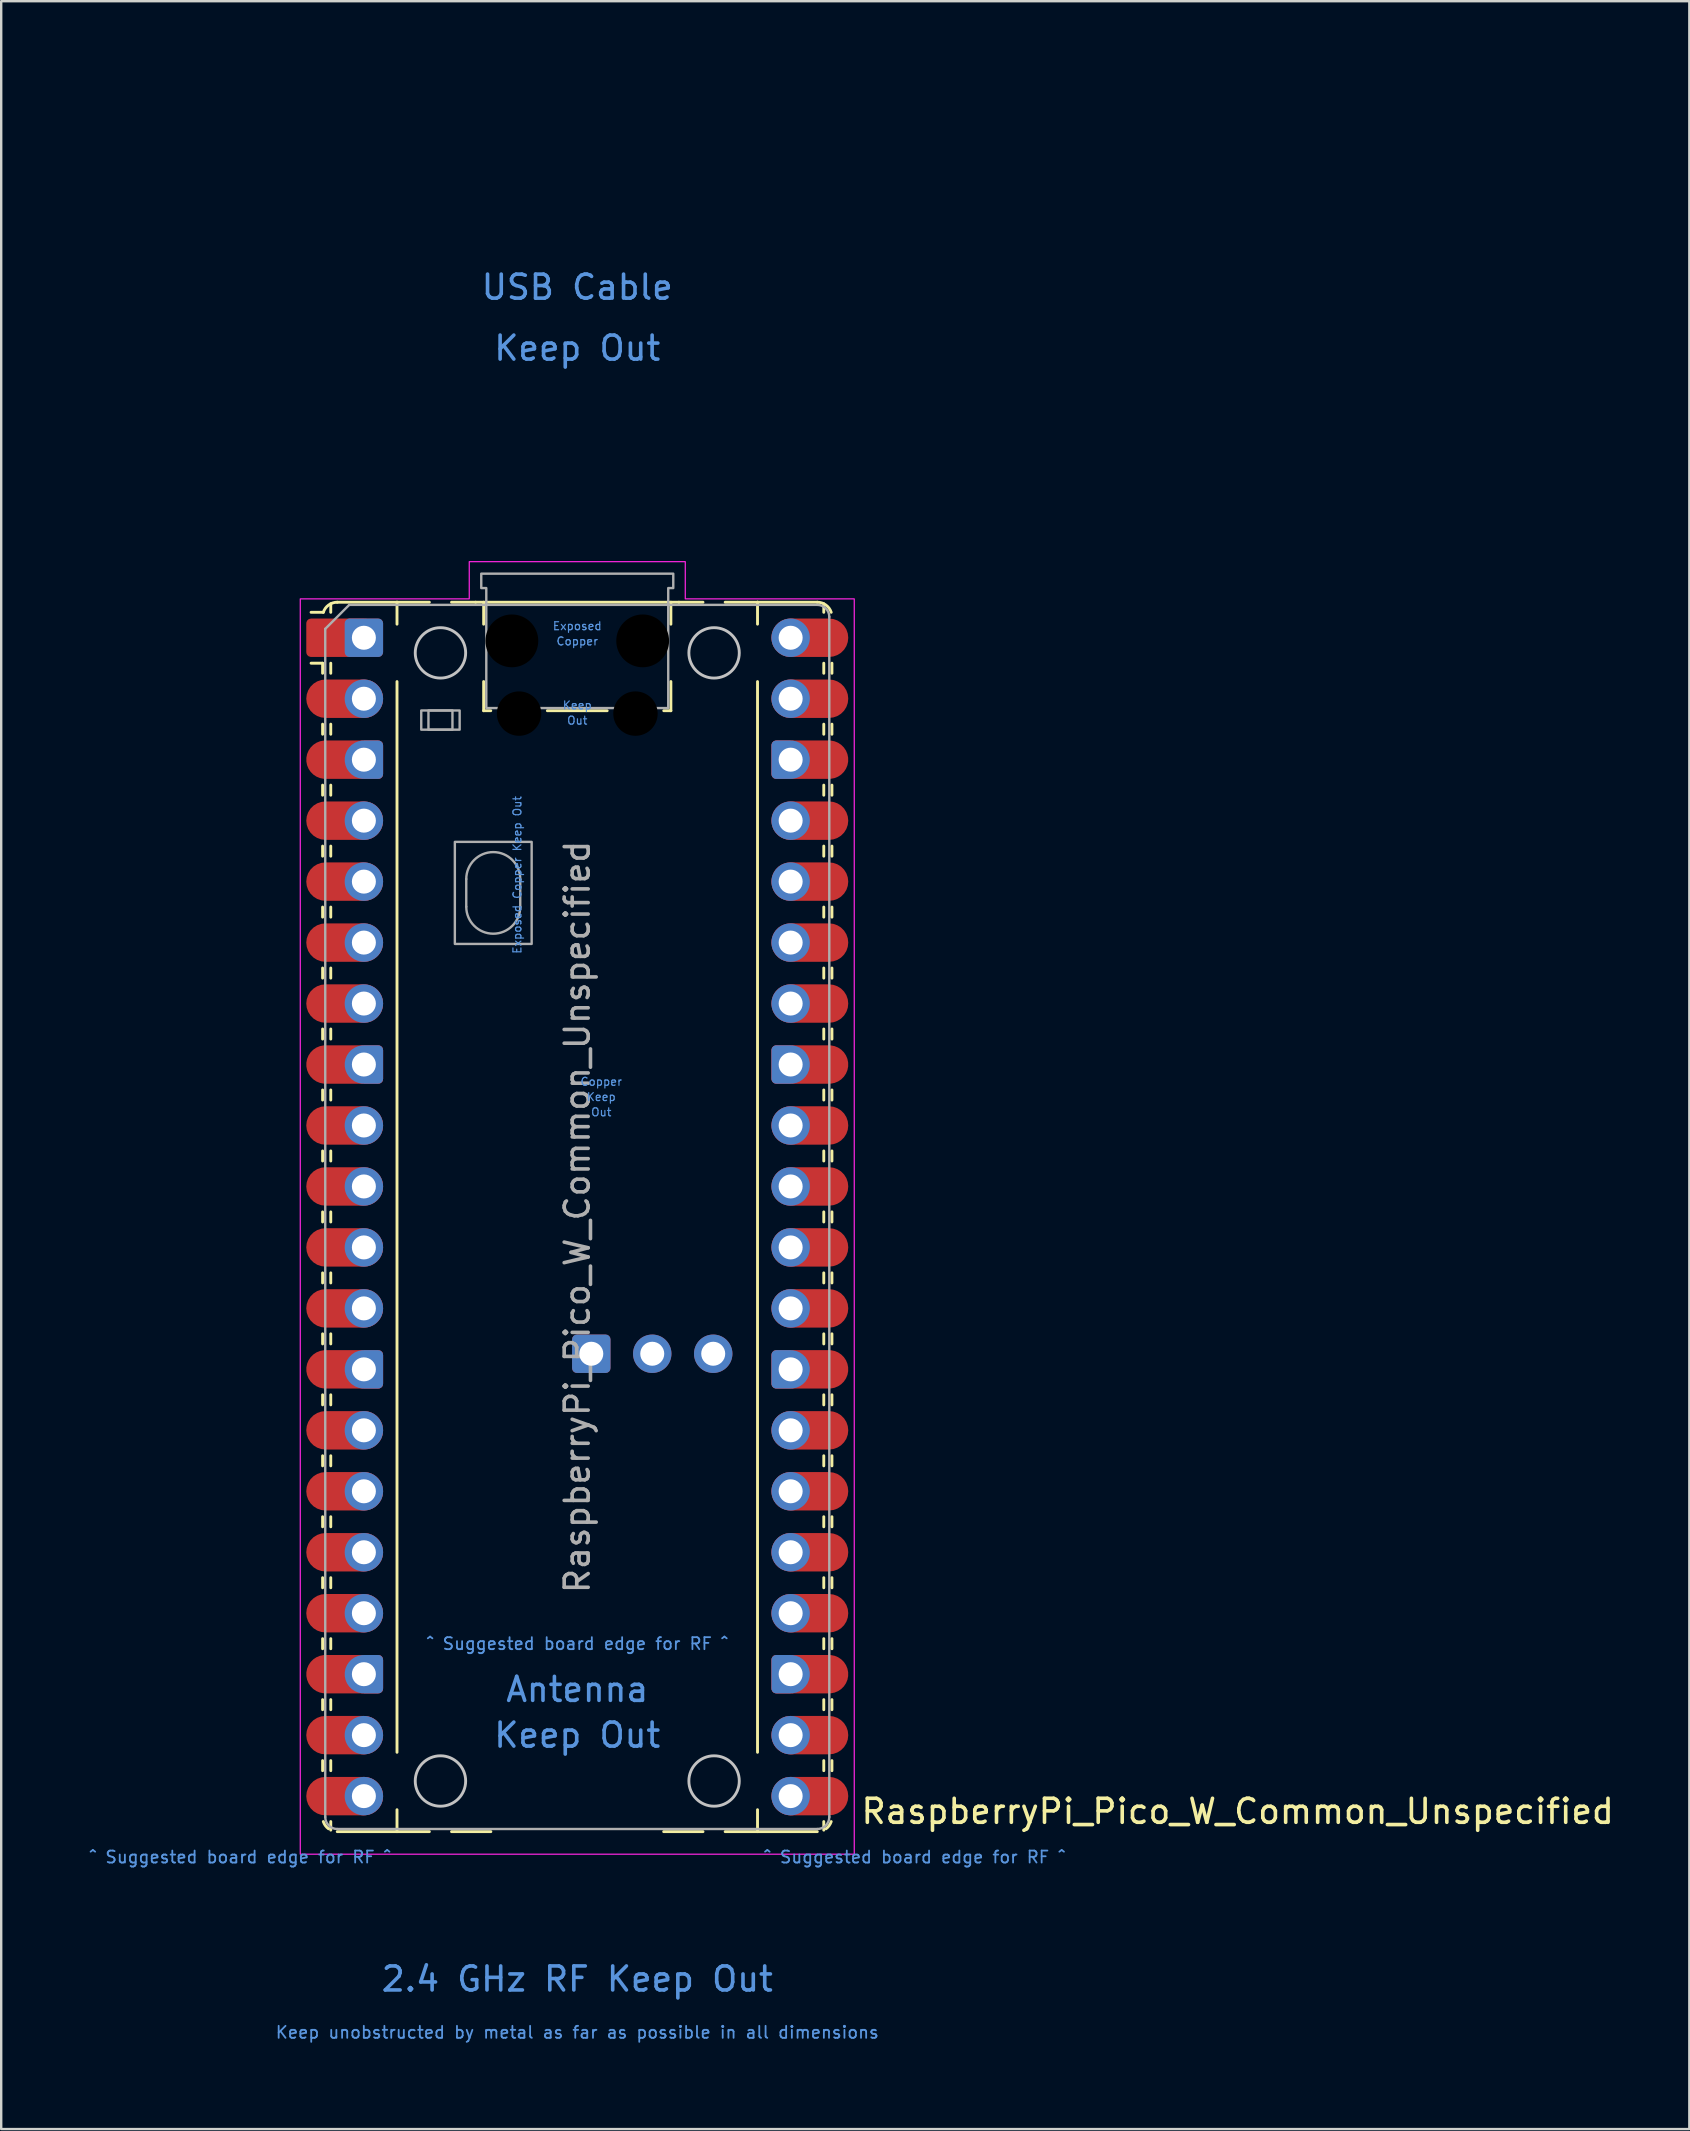
<source format=kicad_pcb>
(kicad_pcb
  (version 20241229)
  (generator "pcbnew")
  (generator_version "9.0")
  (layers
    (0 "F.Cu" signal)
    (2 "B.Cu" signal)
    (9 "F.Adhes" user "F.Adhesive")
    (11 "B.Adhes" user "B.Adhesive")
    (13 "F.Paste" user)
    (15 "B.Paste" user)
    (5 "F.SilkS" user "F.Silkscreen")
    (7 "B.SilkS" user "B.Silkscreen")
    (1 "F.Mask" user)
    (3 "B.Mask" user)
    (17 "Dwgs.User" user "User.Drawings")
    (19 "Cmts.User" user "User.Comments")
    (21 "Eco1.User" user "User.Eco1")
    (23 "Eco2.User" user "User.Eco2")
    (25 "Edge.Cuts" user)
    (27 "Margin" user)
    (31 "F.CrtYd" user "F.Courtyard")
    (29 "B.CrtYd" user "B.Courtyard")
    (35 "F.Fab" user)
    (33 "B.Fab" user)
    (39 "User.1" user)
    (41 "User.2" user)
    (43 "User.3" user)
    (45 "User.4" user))
  (footprint "RaspberryPi_Pico_W_Common_Unspecified"
    (layer "F.Cu")
    (at 21 47.65)
    (property "Reference" "RaspberryPi_Pico_W_Common_Unspecified" (at 11.748 24.765 0) (unlocked yes) (layer "F.SilkS") (effects (font (size 1 1) (thickness 0.15)) (justify left)))
    (attr through_hole)
    (fp_line (start -10.61 -23.07) (end -11.09 -23.07) (stroke (width 0.12) (type solid)) (layer "F.SilkS"))
    (fp_line (start -10.61 -23.07) (end -10.61 -22.65) (stroke (width 0.12) (type solid)) (layer "F.SilkS"))
    (fp_line (start -10.61 -20.53) (end -10.61 -20.11) (stroke (width 0.12) (type solid)) (layer "F.SilkS"))
    (fp_line (start -10.61 -17.99) (end -10.61 -17.57) (stroke (width 0.12) (type solid)) (layer "F.SilkS"))
    (fp_line (start -10.61 -15.45) (end -10.61 -15.03) (stroke (width 0.12) (type solid)) (layer "F.SilkS"))
    (fp_line (start -10.61 -12.91) (end -10.61 -12.49) (stroke (width 0.12) (type solid)) (layer "F.SilkS"))
    (fp_line (start -10.61 -10.37) (end -10.61 -9.95) (stroke (width 0.12) (type solid)) (layer "F.SilkS"))
    (fp_line (start -10.61 -7.83) (end -10.61 -7.41) (stroke (width 0.12) (type solid)) (layer "F.SilkS"))
    (fp_line (start -10.61 -5.29) (end -10.61 -4.87) (stroke (width 0.12) (type solid)) (layer "F.SilkS"))
    (fp_line (start -10.61 -2.75) (end -10.61 -2.33) (stroke (width 0.12) (type solid)) (layer "F.SilkS"))
    (fp_line (start -10.61 -0.21) (end -10.61 0.21) (stroke (width 0.12) (type solid)) (layer "F.SilkS"))
    (fp_line (start -10.61 2.33) (end -10.61 2.75) (stroke (width 0.12) (type solid)) (layer "F.SilkS"))
    (fp_line (start -10.61 4.87) (end -10.61 5.29) (stroke (width 0.12) (type solid)) (layer "F.SilkS"))
    (fp_line (start -10.61 7.41) (end -10.61 7.83) (stroke (width 0.12) (type solid)) (layer "F.SilkS"))
    (fp_line (start -10.61 9.95) (end -10.61 10.37) (stroke (width 0.12) (type solid)) (layer "F.SilkS"))
    (fp_line (start -10.61 12.49) (end -10.61 12.91) (stroke (width 0.12) (type solid)) (layer "F.SilkS"))
    (fp_line (start -10.61 15.03) (end -10.61 15.45) (stroke (width 0.12) (type solid)) (layer "F.SilkS"))
    (fp_line (start -10.61 17.57) (end -10.61 17.99) (stroke (width 0.12) (type solid)) (layer "F.SilkS"))
    (fp_line (start -10.61 20.11) (end -10.61 20.53) (stroke (width 0.12) (type solid)) (layer "F.SilkS"))
    (fp_line (start -10.61 22.65) (end -10.61 23.07) (stroke (width 0.12) (type solid)) (layer "F.SilkS"))
    (fp_line (start -10.58 -25.19) (end -11.09 -25.19) (stroke (width 0.12) (type solid)) (layer "F.SilkS"))
    (fp_line (start -10.27 -25.19) (end -10.27 -25.547) (stroke (width 0.12) (type solid)) (layer "F.SilkS"))
    (fp_line (start -10.27 -23.07) (end -10.27 -22.65) (stroke (width 0.12) (type solid)) (layer "F.SilkS"))
    (fp_line (start -10.27 -20.53) (end -10.27 -20.11) (stroke (width 0.12) (type solid)) (layer "F.SilkS"))
    (fp_line (start -10.27 -17.99) (end -10.27 -17.57) (stroke (width 0.12) (type solid)) (layer "F.SilkS"))
    (fp_line (start -10.27 -15.45) (end -10.27 -15.03) (stroke (width 0.12) (type solid)) (layer "F.SilkS"))
    (fp_line (start -10.27 -12.91) (end -10.27 -12.49) (stroke (width 0.12) (type solid)) (layer "F.SilkS"))
    (fp_line (start -10.27 -10.37) (end -10.27 -9.95) (stroke (width 0.12) (type solid)) (layer "F.SilkS"))
    (fp_line (start -10.27 -7.83) (end -10.27 -7.41) (stroke (width 0.12) (type solid)) (layer "F.SilkS"))
    (fp_line (start -10.27 -5.29) (end -10.27 -4.87) (stroke (width 0.12) (type solid)) (layer "F.SilkS"))
    (fp_line (start -10.27 -2.75) (end -10.27 -2.33) (stroke (width 0.12) (type solid)) (layer "F.SilkS"))
    (fp_line (start -10.27 -0.21) (end -10.27 0.21) (stroke (width 0.12) (type solid)) (layer "F.SilkS"))
    (fp_line (start -10.27 2.33) (end -10.27 2.75) (stroke (width 0.12) (type solid)) (layer "F.SilkS"))
    (fp_line (start -10.27 4.87) (end -10.27 5.29) (stroke (width 0.12) (type solid)) (layer "F.SilkS"))
    (fp_line (start -10.27 7.41) (end -10.27 7.83) (stroke (width 0.12) (type solid)) (layer "F.SilkS"))
    (fp_line (start -10.27 9.95) (end -10.27 10.37) (stroke (width 0.12) (type solid)) (layer "F.SilkS"))
    (fp_line (start -10.27 12.49) (end -10.27 12.91) (stroke (width 0.12) (type solid)) (layer "F.SilkS"))
    (fp_line (start -10.27 15.03) (end -10.27 15.45) (stroke (width 0.12) (type solid)) (layer "F.SilkS"))
    (fp_line (start -10.27 17.57) (end -10.27 17.99) (stroke (width 0.12) (type solid)) (layer "F.SilkS"))
    (fp_line (start -10.27 20.11) (end -10.27 20.53) (stroke (width 0.12) (type solid)) (layer "F.SilkS"))
    (fp_line (start -10.27 22.65) (end -10.27 23.07) (stroke (width 0.12) (type solid)) (layer "F.SilkS"))
    (fp_line (start -10.27 25.19) (end -10.27 25.547) (stroke (width 0.12) (type solid)) (layer "F.SilkS"))
    (fp_line (start -10 -25.61) (end -7.51 -25.61) (stroke (width 0.12) (type solid)) (layer "F.SilkS"))
    (fp_line (start -10 25.61) (end -6.162 25.61) (stroke (width 0.12) (type solid)) (layer "F.SilkS"))
    (fp_line (start -7.51 -25.61) (end -7.51 -24.696) (stroke (width 0.12) (type solid)) (layer "F.SilkS"))
    (fp_line (start -7.51 -25.61) (end -6.162 -25.61) (stroke (width 0.12) (type solid)) (layer "F.SilkS"))
    (fp_line (start -7.51 -22.304) (end -7.51 22.304) (stroke (width 0.12) (type solid)) (layer "F.SilkS"))
    (fp_line (start -7.51 24.696) (end -7.51 25.61) (stroke (width 0.12) (type solid)) (layer "F.SilkS"))
    (fp_line (start -5.238 -25.61) (end -4.235 -25.61) (stroke (width 0.12) (type solid)) (layer "F.SilkS"))
    (fp_line (start -4.235 -25.61) (end 4.235 -25.61) (stroke (width 0.12) (type solid)) (layer "F.SilkS"))
    (fp_line (start -3.9 -25.61) (end -3.9 -24.694) (stroke (width 0.12) (type solid)) (layer "F.SilkS"))
    (fp_line (start -3.9 -22.306) (end -3.9 -21.09) (stroke (width 0.12) (type solid)) (layer "F.SilkS"))
    (fp_line (start -3.9 -21.09) (end -3.604 -21.09) (stroke (width 0.12) (type solid)) (layer "F.SilkS"))
    (fp_line (start -3.6 25.61) (end -5.238 25.61) (stroke (width 0.12) (type solid)) (layer "F.SilkS"))
    (fp_line (start -1.246 -21.09) (end 1.246 -21.09) (stroke (width 0.12) (type solid)) (layer "F.SilkS"))
    (fp_line (start 3.604 -21.09) (end 3.9 -21.09) (stroke (width 0.12) (type solid)) (layer "F.SilkS"))
    (fp_line (start 3.9 -25.61) (end 3.9 -24.694) (stroke (width 0.12) (type solid)) (layer "F.SilkS"))
    (fp_line (start 3.9 -22.306) (end 3.9 -21.09) (stroke (width 0.12) (type solid)) (layer "F.SilkS"))
    (fp_line (start 4.235 -25.61) (end 5.238 -25.61) (stroke (width 0.12) (type solid)) (layer "F.SilkS"))
    (fp_line (start 5.238 25.61) (end 3.6 25.61) (stroke (width 0.12) (type solid)) (layer "F.SilkS"))
    (fp_line (start 6.162 -25.61) (end 7.51 -25.61) (stroke (width 0.12) (type solid)) (layer "F.SilkS"))
    (fp_line (start 6.162 25.61) (end 10 25.61) (stroke (width 0.12) (type solid)) (layer "F.SilkS"))
    (fp_line (start 7.51 -25.61) (end 7.51 -24.696) (stroke (width 0.12) (type solid)) (layer "F.SilkS"))
    (fp_line (start 7.51 -22.304) (end 7.51 22.304) (stroke (width 0.12) (type solid)) (layer "F.SilkS"))
    (fp_line (start 7.51 24.696) (end 7.51 25.61) (stroke (width 0.12) (type solid)) (layer "F.SilkS"))
    (fp_line (start 10 -25.61) (end 7.51 -25.61) (stroke (width 0.12) (type solid)) (layer "F.SilkS"))
    (fp_line (start 10.27 -25.19) (end 10.27 -25.547) (stroke (width 0.12) (type solid)) (layer "F.SilkS"))
    (fp_line (start 10.27 -23.07) (end 10.27 -22.65) (stroke (width 0.12) (type solid)) (layer "F.SilkS"))
    (fp_line (start 10.27 -20.53) (end 10.27 -20.11) (stroke (width 0.12) (type solid)) (layer "F.SilkS"))
    (fp_line (start 10.27 -17.99) (end 10.27 -17.57) (stroke (width 0.12) (type solid)) (layer "F.SilkS"))
    (fp_line (start 10.27 -15.45) (end 10.27 -15.03) (stroke (width 0.12) (type solid)) (layer "F.SilkS"))
    (fp_line (start 10.27 -12.91) (end 10.27 -12.49) (stroke (width 0.12) (type solid)) (layer "F.SilkS"))
    (fp_line (start 10.27 -10.37) (end 10.27 -9.95) (stroke (width 0.12) (type solid)) (layer "F.SilkS"))
    (fp_line (start 10.27 -7.83) (end 10.27 -7.41) (stroke (width 0.12) (type solid)) (layer "F.SilkS"))
    (fp_line (start 10.27 -5.29) (end 10.27 -4.87) (stroke (width 0.12) (type solid)) (layer "F.SilkS"))
    (fp_line (start 10.27 -2.75) (end 10.27 -2.33) (stroke (width 0.12) (type solid)) (layer "F.SilkS"))
    (fp_line (start 10.27 -0.21) (end 10.27 0.21) (stroke (width 0.12) (type solid)) (layer "F.SilkS"))
    (fp_line (start 10.27 2.33) (end 10.27 2.75) (stroke (width 0.12) (type solid)) (layer "F.SilkS"))
    (fp_line (start 10.27 4.87) (end 10.27 5.29) (stroke (width 0.12) (type solid)) (layer "F.SilkS"))
    (fp_line (start 10.27 7.41) (end 10.27 7.83) (stroke (width 0.12) (type solid)) (layer "F.SilkS"))
    (fp_line (start 10.27 9.95) (end 10.27 10.37) (stroke (width 0.12) (type solid)) (layer "F.SilkS"))
    (fp_line (start 10.27 12.49) (end 10.27 12.91) (stroke (width 0.12) (type solid)) (layer "F.SilkS"))
    (fp_line (start 10.27 15.03) (end 10.27 15.45) (stroke (width 0.12) (type solid)) (layer "F.SilkS"))
    (fp_line (start 10.27 17.57) (end 10.27 17.99) (stroke (width 0.12) (type solid)) (layer "F.SilkS"))
    (fp_line (start 10.27 20.11) (end 10.27 20.53) (stroke (width 0.12) (type solid)) (layer "F.SilkS"))
    (fp_line (start 10.27 22.65) (end 10.27 23.07) (stroke (width 0.12) (type solid)) (layer "F.SilkS"))
    (fp_line (start 10.27 25.19) (end 10.27 25.547) (stroke (width 0.12) (type solid)) (layer "F.SilkS"))
    (fp_line (start 10.61 -23.07) (end 10.61 -22.65) (stroke (width 0.12) (type solid)) (layer "F.SilkS"))
    (fp_line (start 10.61 -20.53) (end 10.61 -20.11) (stroke (width 0.12) (type solid)) (layer "F.SilkS"))
    (fp_line (start 10.61 -17.99) (end 10.61 -17.57) (stroke (width 0.12) (type solid)) (layer "F.SilkS"))
    (fp_line (start 10.61 -15.45) (end 10.61 -15.03) (stroke (width 0.12) (type solid)) (layer "F.SilkS"))
    (fp_line (start 10.61 -12.91) (end 10.61 -12.49) (stroke (width 0.12) (type solid)) (layer "F.SilkS"))
    (fp_line (start 10.61 -10.37) (end 10.61 -9.95) (stroke (width 0.12) (type solid)) (layer "F.SilkS"))
    (fp_line (start 10.61 -7.83) (end 10.61 -7.41) (stroke (width 0.12) (type solid)) (layer "F.SilkS"))
    (fp_line (start 10.61 -5.29) (end 10.61 -4.87) (stroke (width 0.12) (type solid)) (layer "F.SilkS"))
    (fp_line (start 10.61 -2.75) (end 10.61 -2.33) (stroke (width 0.12) (type solid)) (layer "F.SilkS"))
    (fp_line (start 10.61 -0.21) (end 10.61 0.21) (stroke (width 0.12) (type solid)) (layer "F.SilkS"))
    (fp_line (start 10.61 2.33) (end 10.61 2.75) (stroke (width 0.12) (type solid)) (layer "F.SilkS"))
    (fp_line (start 10.61 4.87) (end 10.61 5.29) (stroke (width 0.12) (type solid)) (layer "F.SilkS"))
    (fp_line (start 10.61 7.41) (end 10.61 7.83) (stroke (width 0.12) (type solid)) (layer "F.SilkS"))
    (fp_line (start 10.61 9.95) (end 10.61 10.37) (stroke (width 0.12) (type solid)) (layer "F.SilkS"))
    (fp_line (start 10.61 12.49) (end 10.61 12.91) (stroke (width 0.12) (type solid)) (layer "F.SilkS"))
    (fp_line (start 10.61 15.03) (end 10.61 15.45) (stroke (width 0.12) (type solid)) (layer "F.SilkS"))
    (fp_line (start 10.61 17.57) (end 10.61 17.99) (stroke (width 0.12) (type solid)) (layer "F.SilkS"))
    (fp_line (start 10.61 20.11) (end 10.61 20.53) (stroke (width 0.12) (type solid)) (layer "F.SilkS"))
    (fp_line (start 10.61 22.65) (end 10.61 23.07) (stroke (width 0.12) (type solid)) (layer "F.SilkS"))
    (fp_arc (start -10.579676 -25.19) (mid -10.357938 -25.493944) (end -10 -25.61) (stroke (width 0.12) (type solid)) (layer "F.SilkS"))
    (fp_arc (start -10.363327 25.490006) (mid -10.4948 25.356771) (end -10.579685 25.189943) (stroke (width 0.12) (type solid)) (layer "F.SilkS"))
    (fp_arc (start 10 -25.61) (mid 10.357937 -25.493944) (end 10.579676 -25.189937) (stroke (width 0.12) (type solid)) (layer "F.SilkS"))
    (fp_arc (start 10.579667 25.189943) (mid 10.494794 25.356779) (end 10.363309 25.490006) (stroke (width 0.12) (type solid)) (layer "F.SilkS"))
    (fp_circle (center -5.7 23.5) (end -4.65 23.5) (stroke (width 0.12) (type solid)) (fill no) (layer "Dwgs.User"))
    (fp_circle (center -5.7 -23.5) (end -4.65 -23.5) (stroke (width 0.12) (type solid)) (fill no) (layer "Dwgs.User"))
    (fp_circle (center 5.7 23.5) (end 6.75 23.5) (stroke (width 0.12) (type solid)) (fill no) (layer "Dwgs.User"))
    (fp_circle (center 5.7 -23.5) (end 6.75 -23.5) (stroke (width 0.12) (type solid)) (fill no) (layer "Dwgs.User"))
    (fp_poly (pts (xy -4.5 -27.3) (xy 4.5 -27.3) (xy 4.5 -25.75) (xy 11.54 -25.75) (xy 11.54 26.55) (xy -11.54 26.55) (xy -11.54 -25.75) (xy -4.5 -25.75)) (stroke (width 0.05) (type solid)) (fill no) (layer "F.CrtYd"))
    (fp_line (start -10.5 -24.5) (end -9.5 -25.5) (stroke (width 0.1) (type solid)) (layer "F.Fab"))
    (fp_line (start -10.5 25) (end -10.5 -24.5) (stroke (width 0.1) (type solid)) (layer "F.Fab"))
    (fp_line (start -9.5 -25.5) (end 10 -25.5) (stroke (width 0.1) (type solid)) (layer "F.Fab"))
    (fp_line (start -4.625 -14.075) (end -4.625 -12.925) (stroke (width 0.1) (type solid)) (layer "F.Fab"))
    (fp_line (start -2.375 -14.075) (end -2.375 -12.925) (stroke (width 0.1) (type solid)) (layer "F.Fab"))
    (fp_line (start 10 25.5) (end -10 25.5) (stroke (width 0.1) (type solid)) (layer "F.Fab"))
    (fp_line (start 10.5 -25) (end 10.5 25) (stroke (width 0.1) (type solid)) (layer "F.Fab"))
    (fp_rect (start -6.5 -21.1) (end -4.9 -20.3) (stroke (width 0.1) (type solid)) (fill no) (layer "F.Fab"))
    (fp_rect (start -6.2 -21.1) (end -5.2 -20.3) (stroke (width 0.1) (type solid)) (fill no) (layer "F.Fab"))
    (fp_rect (start -5.1 -15.625) (end -1.9 -11.375) (stroke (width 0.1) (type solid)) (fill no) (layer "F.Fab"))
    (fp_arc (start -10 25.5) (mid -10.353553 25.353553) (end -10.5 25) (stroke (width 0.1) (type solid)) (layer "F.Fab"))
    (fp_arc (start -4.625 -14.075) (mid -3.5 -15.2) (end -2.375 -14.075) (stroke (width 0.1) (type solid)) (layer "F.Fab"))
    (fp_arc (start -2.375 -12.925) (mid -3.5 -11.8) (end -4.625 -12.925) (stroke (width 0.1) (type solid)) (layer "F.Fab"))
    (fp_arc (start 10 -25.5) (mid 10.353553 -25.353553) (end 10.5 -25) (stroke (width 0.1) (type solid)) (layer "F.Fab"))
    (fp_arc (start 10.5 25) (mid 10.353553 25.353553) (end 10 25.5) (stroke (width 0.1) (type solid)) (layer "F.Fab"))
    (fp_poly (pts (xy 3.79 -21.2) (xy 3.79 -26.2) (xy 4 -26.2) (xy 4 -26.8) (xy -4 -26.8) (xy -4 -26.2) (xy -3.79 -26.2) (xy -3.79 -21.2)) (stroke (width 0.1) (type solid)) (fill no) (layer "F.Fab"))
    (fp_text user "^ Suggested board edge for RF ^" (at 14.05 26.67 0) (unlocked yes) (layer "Cmts.User") (effects (font (size 0.5 0.5) (thickness 0.075))))
    (fp_text user "Exposed" (at 0 -24.617 0) (unlocked yes) (layer "Cmts.User") (effects (font (size 0.333 0.333) (thickness 0.05))))
    (fp_text user "Keep" (at 1 -5 0) (unlocked yes) (layer "Cmts.User") (effects (font (size 0.333 0.333) (thickness 0.05))))
    (fp_text user "Keep unobstructed by metal as far as possible in all dimensions" (at -0.000009 33.973 0) (unlocked yes) (layer "Cmts.User") (effects (font (size 0.5 0.5) (thickness 0.075))))
    (fp_text user "Out" (at 0 -20.683 0) (unlocked yes) (layer "Cmts.User") (effects (font (size 0.333 0.333) (thickness 0.05))))
    (fp_text user "Keep Out" (at -0.000009 21.59 0) (unlocked yes) (layer "Cmts.User") (effects (font (size 1 1) (thickness 0.15))))
    (fp_text user "Keep" (at 0 -21.317 0) (unlocked yes) (layer "Cmts.User") (effects (font (size 0.333 0.333) (thickness 0.05))))
    (fp_text user "Out" (at 1 -4.365 0) (unlocked yes) (layer "Cmts.User") (effects (font (size 0.333 0.333) (thickness 0.05))))
    (fp_text user "2.4 GHz RF Keep Out" (at -0.000009 31.75 0) (unlocked yes) (layer "Cmts.User") (effects (font (size 1 1) (thickness 0.15))))
    (fp_text user "Copper" (at 1 -5.635 0) (unlocked yes) (layer "Cmts.User") (effects (font (size 0.333 0.333) (thickness 0.05))))
    (fp_text user "Exposed Copper Keep Out" (at -2.5 -14.25 90) (unlocked yes) (layer "Cmts.User") (effects (font (size 0.333 0.333) (thickness 0.05))))
    (fp_text user "Keep Out" (at 0 -36.195 0) (unlocked yes) (layer "Cmts.User") (effects (font (size 1 1) (thickness 0.15))))
    (fp_text user "Copper" (at 0 -23.983 0) (unlocked yes) (layer "Cmts.User") (effects (font (size 0.333 0.333) (thickness 0.05))))
    (fp_text user "USB Cable" (at 0 -38.735 0) (unlocked yes) (layer "Cmts.User") (effects (font (size 1 1) (thickness 0.15))))
    (fp_text user "^ Suggested board edge for RF ^" (at -14.05 26.67 0) (unlocked yes) (layer "Cmts.User") (effects (font (size 0.5 0.5) (thickness 0.075))))
    (fp_text user "Antenna" (at -0.000009 19.685 0) (unlocked yes) (layer "Cmts.User") (effects (font (size 1 1) (thickness 0.15))))
    (fp_text user "^ Suggested board edge for RF ^" (at -0.000009 17.78 0) (unlocked yes) (layer "Cmts.User") (effects (font (size 0.5 0.5) (thickness 0.075))))
    (fp_text user "${REFERENCE}" (at 0 0 90) (layer "F.Fab") (effects (font (size 1 1) (thickness 0.15))))
    (pad "" np_thru_hole circle (at -2.725 -24) (size 2.2 2.2) (drill 2.2) (layers "*.Mask"))
    (pad "" np_thru_hole circle (at -2.425 -20.97) (size 1.85 1.85) (drill 1.85) (layers "*.Mask"))
    (pad "" np_thru_hole circle (at 2.425 -20.97) (size 1.85 1.85) (drill 1.85) (layers "*.Mask"))
    (pad "" np_thru_hole circle (at 2.725 -24) (size 2.2 2.2) (drill 2.2) (layers "*.Mask"))
    (pad "1" smd custom (at -9.69 -24.13) (size 1.6 0.8) (layers "F.Cu" "F.Mask") (options (anchor rect)) (primitives (gr_circle (center 0.8 0) (end 1.6 0) (width 0) (fill yes)) (gr_poly (pts (xy -1.6 -0.6) (xy -1.6 0.6) (xy -1.4 0.8) (xy 0.8 0.8) (xy 0.8 -0.8) (xy -1.4 -0.8)) (width 0) (fill yes)) (gr_circle (center -1.4 -0.6) (end -1.2 -0.6) (width 0) (fill yes)) (gr_circle (center -1.4 0.6) (end -1.2 0.6) (width 0) (fill yes))))
    (pad "1" thru_hole roundrect (at -8.89 -24.13) (size 1.6 1.6) (drill 1) (layers "*.Cu" "*.Mask") (roundrect_rratio 0.125))
    (pad "2" smd roundrect (at -9.69 -21.59) (size 3.2 1.6) (layers "F.Cu" "F.Mask") (roundrect_rratio 0.5))
    (pad "2" thru_hole circle (at -8.89 -21.59) (size 1.6 1.6) (drill 1) (layers "*.Cu" "*.Mask"))
    (pad "3" smd custom (at -9.69 -19.05) (size 1.6 0.8) (layers "F.Cu" "F.Mask") (options (anchor rect)) (primitives (gr_circle (center -0.8 0) (end 0 0) (width 0) (fill yes)) (gr_poly (pts (xy 1.6 -0.6) (xy 1.6 0.6) (xy 1.4 0.8) (xy -0.8 0.8) (xy -0.8 -0.8) (xy 1.4 -0.8)) (width 0) (fill yes)) (gr_circle (center 1.4 -0.6) (end 1.6 -0.6) (width 0) (fill yes)) (gr_circle (center 1.4 0.6) (end 1.6 0.6) (width 0) (fill yes))))
    (pad "3" thru_hole custom (at -8.89 -19.05) (size 1.6 1.6) (drill 1) (layers "*.Cu" "*.Mask") (options (anchor circle)) (primitives (gr_poly (pts (xy 0.8 0.6) (xy 0.8 -0.6) (xy 0.6 -0.8) (xy 0 -0.8) (xy 0 0.8) (xy 0.6 0.8)) (width 0) (fill yes)) (gr_circle (center 0.6 0.6) (end 0.8 0.6) (width 0) (fill yes)) (gr_circle (center 0.6 -0.6) (end 0.8 -0.6) (width 0) (fill yes))))
    (pad "4" smd roundrect (at -9.69 -16.51) (size 3.2 1.6) (layers "F.Cu" "F.Mask") (roundrect_rratio 0.5))
    (pad "4" thru_hole circle (at -8.89 -16.51) (size 1.6 1.6) (drill 1) (layers "*.Cu" "*.Mask"))
    (pad "5" smd roundrect (at -9.69 -13.97) (size 3.2 1.6) (layers "F.Cu" "F.Mask") (roundrect_rratio 0.5))
    (pad "5" thru_hole circle (at -8.89 -13.97) (size 1.6 1.6) (drill 1) (layers "*.Cu" "*.Mask"))
    (pad "6" smd roundrect (at -9.69 -11.43) (size 3.2 1.6) (layers "F.Cu" "F.Mask") (roundrect_rratio 0.5))
    (pad "6" thru_hole circle (at -8.89 -11.43) (size 1.6 1.6) (drill 1) (layers "*.Cu" "*.Mask"))
    (pad "7" smd roundrect (at -9.69 -8.89) (size 3.2 1.6) (layers "F.Cu" "F.Mask") (roundrect_rratio 0.5))
    (pad "7" thru_hole circle (at -8.89 -8.89) (size 1.6 1.6) (drill 1) (layers "*.Cu" "*.Mask"))
    (pad "8" smd custom (at -9.69 -6.35) (size 1.6 0.8) (layers "F.Cu" "F.Mask") (options (anchor rect)) (primitives (gr_circle (center -0.8 0) (end 0 0) (width 0) (fill yes)) (gr_poly (pts (xy 1.6 -0.6) (xy 1.6 0.6) (xy 1.4 0.8) (xy -0.8 0.8) (xy -0.8 -0.8) (xy 1.4 -0.8)) (width 0) (fill yes)) (gr_circle (center 1.4 -0.6) (end 1.6 -0.6) (width 0) (fill yes)) (gr_circle (center 1.4 0.6) (end 1.6 0.6) (width 0) (fill yes))))
    (pad "8" thru_hole custom (at -8.89 -6.35) (size 1.6 1.6) (drill 1) (layers "*.Cu" "*.Mask") (options (anchor circle)) (primitives (gr_poly (pts (xy 0.8 0.6) (xy 0.8 -0.6) (xy 0.6 -0.8) (xy 0 -0.8) (xy 0 0.8) (xy 0.6 0.8)) (width 0) (fill yes)) (gr_circle (center 0.6 0.6) (end 0.8 0.6) (width 0) (fill yes)) (gr_circle (center 0.6 -0.6) (end 0.8 -0.6) (width 0) (fill yes))))
    (pad "9" smd roundrect (at -9.69 -3.81) (size 3.2 1.6) (layers "F.Cu" "F.Mask") (roundrect_rratio 0.5))
    (pad "9" thru_hole circle (at -8.89 -3.81) (size 1.6 1.6) (drill 1) (layers "*.Cu" "*.Mask"))
    (pad "10" smd roundrect (at -9.69 -1.27) (size 3.2 1.6) (layers "F.Cu" "F.Mask") (roundrect_rratio 0.5))
    (pad "10" thru_hole circle (at -8.89 -1.27) (size 1.6 1.6) (drill 1) (layers "*.Cu" "*.Mask"))
    (pad "11" smd roundrect (at -9.69 1.27) (size 3.2 1.6) (layers "F.Cu" "F.Mask") (roundrect_rratio 0.5))
    (pad "11" thru_hole circle (at -8.89 1.27) (size 1.6 1.6) (drill 1) (layers "*.Cu" "*.Mask"))
    (pad "12" smd roundrect (at -9.69 3.81) (size 3.2 1.6) (layers "F.Cu" "F.Mask") (roundrect_rratio 0.5))
    (pad "12" thru_hole circle (at -8.89 3.81) (size 1.6 1.6) (drill 1) (layers "*.Cu" "*.Mask"))
    (pad "13" smd custom (at -9.69 6.35) (size 1.6 0.8) (layers "F.Cu" "F.Mask") (options (anchor rect)) (primitives (gr_circle (center -0.8 0) (end 0 0) (width 0) (fill yes)) (gr_poly (pts (xy 1.6 -0.6) (xy 1.6 0.6) (xy 1.4 0.8) (xy -0.8 0.8) (xy -0.8 -0.8) (xy 1.4 -0.8)) (width 0) (fill yes)) (gr_circle (center 1.4 -0.6) (end 1.6 -0.6) (width 0) (fill yes)) (gr_circle (center 1.4 0.6) (end 1.6 0.6) (width 0) (fill yes))))
    (pad "13" thru_hole custom (at -8.89 6.35) (size 1.6 1.6) (drill 1) (layers "*.Cu" "*.Mask") (options (anchor circle)) (primitives (gr_poly (pts (xy 0.8 0.6) (xy 0.8 -0.6) (xy 0.6 -0.8) (xy 0 -0.8) (xy 0 0.8) (xy 0.6 0.8)) (width 0) (fill yes)) (gr_circle (center 0.6 0.6) (end 0.8 0.6) (width 0) (fill yes)) (gr_circle (center 0.6 -0.6) (end 0.8 -0.6) (width 0) (fill yes))))
    (pad "14" smd roundrect (at -9.69 8.89) (size 3.2 1.6) (layers "F.Cu" "F.Mask") (roundrect_rratio 0.5))
    (pad "14" thru_hole circle (at -8.89 8.89) (size 1.6 1.6) (drill 1) (layers "*.Cu" "*.Mask"))
    (pad "15" smd roundrect (at -9.69 11.43) (size 3.2 1.6) (layers "F.Cu" "F.Mask") (roundrect_rratio 0.5))
    (pad "15" thru_hole circle (at -8.89 11.43) (size 1.6 1.6) (drill 1) (layers "*.Cu" "*.Mask"))
    (pad "16" smd roundrect (at -9.69 13.97) (size 3.2 1.6) (layers "F.Cu" "F.Mask") (roundrect_rratio 0.5))
    (pad "16" thru_hole circle (at -8.89 13.97) (size 1.6 1.6) (drill 1) (layers "*.Cu" "*.Mask"))
    (pad "17" smd roundrect (at -9.69 16.51) (size 3.2 1.6) (layers "F.Cu" "F.Mask") (roundrect_rratio 0.5))
    (pad "17" thru_hole circle (at -8.89 16.51) (size 1.6 1.6) (drill 1) (layers "*.Cu" "*.Mask"))
    (pad "18" smd custom (at -9.69 19.05) (size 1.6 0.8) (layers "F.Cu" "F.Mask") (options (anchor rect)) (primitives (gr_circle (center -0.8 0) (end 0 0) (width 0) (fill yes)) (gr_poly (pts (xy 1.6 -0.6) (xy 1.6 0.6) (xy 1.4 0.8) (xy -0.8 0.8) (xy -0.8 -0.8) (xy 1.4 -0.8)) (width 0) (fill yes)) (gr_circle (center 1.4 -0.6) (end 1.6 -0.6) (width 0) (fill yes)) (gr_circle (center 1.4 0.6) (end 1.6 0.6) (width 0) (fill yes))))
    (pad "18" thru_hole custom (at -8.89 19.05) (size 1.6 1.6) (drill 1) (layers "*.Cu" "*.Mask") (options (anchor circle)) (primitives (gr_poly (pts (xy 0.8 0.6) (xy 0.8 -0.6) (xy 0.6 -0.8) (xy 0 -0.8) (xy 0 0.8) (xy 0.6 0.8)) (width 0) (fill yes)) (gr_circle (center 0.6 0.6) (end 0.8 0.6) (width 0) (fill yes)) (gr_circle (center 0.6 -0.6) (end 0.8 -0.6) (width 0) (fill yes))))
    (pad "19" smd roundrect (at -9.69 21.59) (size 3.2 1.6) (layers "F.Cu" "F.Mask") (roundrect_rratio 0.5))
    (pad "19" thru_hole circle (at -8.89 21.59) (size 1.6 1.6) (drill 1) (layers "*.Cu" "*.Mask"))
    (pad "20" smd roundrect (at -9.69 24.13) (size 3.2 1.6) (layers "F.Cu" "F.Mask") (roundrect_rratio 0.5))
    (pad "20" thru_hole circle (at -8.89 24.13) (size 1.6 1.6) (drill 1) (layers "*.Cu" "*.Mask"))
    (pad "21" thru_hole circle (at 8.89 24.13) (size 1.6 1.6) (drill 1) (layers "*.Cu" "*.Mask"))
    (pad "21" smd roundrect (at 9.69 24.13) (size 3.2 1.6) (layers "F.Cu" "F.Mask") (roundrect_rratio 0.5))
    (pad "22" thru_hole circle (at 8.89 21.59) (size 1.6 1.6) (drill 1) (layers "*.Cu" "*.Mask"))
    (pad "22" smd roundrect (at 9.69 21.59) (size 3.2 1.6) (layers "F.Cu" "F.Mask") (roundrect_rratio 0.5))
    (pad "23" thru_hole custom (at 8.89 19.05) (size 1.6 1.6) (drill 1) (layers "*.Cu" "*.Mask") (options (anchor circle)) (primitives (gr_poly (pts (xy -0.8 0.6) (xy -0.8 -0.6) (xy -0.6 -0.8) (xy 0 -0.8) (xy 0 0.8) (xy -0.6 0.8)) (width 0) (fill yes)) (gr_circle (center -0.6 0.6) (end -0.4 0.6) (width 0) (fill yes)) (gr_circle (center -0.6 -0.6) (end -0.4 -0.6) (width 0) (fill yes))))
    (pad "23" smd custom (at 9.69 19.05) (size 1.6 0.8) (layers "F.Cu" "F.Mask") (options (anchor rect)) (primitives (gr_circle (center 0.8 0) (end 1.6 0) (width 0) (fill yes)) (gr_poly (pts (xy -1.6 -0.6) (xy -1.6 0.6) (xy -1.4 0.8) (xy 0.8 0.8) (xy 0.8 -0.8) (xy -1.4 -0.8)) (width 0) (fill yes)) (gr_circle (center -1.4 -0.6) (end -1.2 -0.6) (width 0) (fill yes)) (gr_circle (center -1.4 0.6) (end -1.2 0.6) (width 0) (fill yes))))
    (pad "24" thru_hole circle (at 8.89 16.51) (size 1.6 1.6) (drill 1) (layers "*.Cu" "*.Mask"))
    (pad "24" smd roundrect (at 9.69 16.51) (size 3.2 1.6) (layers "F.Cu" "F.Mask") (roundrect_rratio 0.5))
    (pad "25" thru_hole circle (at 8.89 13.97) (size 1.6 1.6) (drill 1) (layers "*.Cu" "*.Mask"))
    (pad "25" smd roundrect (at 9.69 13.97) (size 3.2 1.6) (layers "F.Cu" "F.Mask") (roundrect_rratio 0.5))
    (pad "26" thru_hole circle (at 8.89 11.43) (size 1.6 1.6) (drill 1) (layers "*.Cu" "*.Mask"))
    (pad "26" smd roundrect (at 9.69 11.43) (size 3.2 1.6) (layers "F.Cu" "F.Mask") (roundrect_rratio 0.5))
    (pad "27" thru_hole circle (at 8.89 8.89) (size 1.6 1.6) (drill 1) (layers "*.Cu" "*.Mask"))
    (pad "27" smd roundrect (at 9.69 8.89) (size 3.2 1.6) (layers "F.Cu" "F.Mask") (roundrect_rratio 0.5))
    (pad "28" thru_hole custom (at 8.89 6.35) (size 1.6 1.6) (drill 1) (layers "*.Cu" "*.Mask") (options (anchor circle)) (primitives (gr_poly (pts (xy -0.8 0.6) (xy -0.8 -0.6) (xy -0.6 -0.8) (xy 0 -0.8) (xy 0 0.8) (xy -0.6 0.8)) (width 0) (fill yes)) (gr_circle (center -0.6 0.6) (end -0.4 0.6) (width 0) (fill yes)) (gr_circle (center -0.6 -0.6) (end -0.4 -0.6) (width 0) (fill yes))))
    (pad "28" smd custom (at 9.69 6.35) (size 1.6 0.8) (layers "F.Cu" "F.Mask") (options (anchor rect)) (primitives (gr_circle (center 0.8 0) (end 1.6 0) (width 0) (fill yes)) (gr_poly (pts (xy -1.6 -0.6) (xy -1.6 0.6) (xy -1.4 0.8) (xy 0.8 0.8) (xy 0.8 -0.8) (xy -1.4 -0.8)) (width 0) (fill yes)) (gr_circle (center -1.4 -0.6) (end -1.2 -0.6) (width 0) (fill yes)) (gr_circle (center -1.4 0.6) (end -1.2 0.6) (width 0) (fill yes))))
    (pad "29" thru_hole circle (at 8.89 3.81) (size 1.6 1.6) (drill 1) (layers "*.Cu" "*.Mask"))
    (pad "29" smd roundrect (at 9.69 3.81) (size 3.2 1.6) (layers "F.Cu" "F.Mask") (roundrect_rratio 0.5))
    (pad "30" thru_hole circle (at 8.89 1.27) (size 1.6 1.6) (drill 1) (layers "*.Cu" "*.Mask"))
    (pad "30" smd roundrect (at 9.69 1.27) (size 3.2 1.6) (layers "F.Cu" "F.Mask") (roundrect_rratio 0.5))
    (pad "31" thru_hole circle (at 8.89 -1.27) (size 1.6 1.6) (drill 1) (layers "*.Cu" "*.Mask"))
    (pad "31" smd roundrect (at 9.69 -1.27) (size 3.2 1.6) (layers "F.Cu" "F.Mask") (roundrect_rratio 0.5))
    (pad "32" thru_hole circle (at 8.89 -3.81) (size 1.6 1.6) (drill 1) (layers "*.Cu" "*.Mask"))
    (pad "32" smd roundrect (at 9.69 -3.81) (size 3.2 1.6) (layers "F.Cu" "F.Mask") (roundrect_rratio 0.5))
    (pad "33" thru_hole custom (at 8.89 -6.35) (size 1.6 1.6) (drill 1) (layers "*.Cu" "*.Mask") (options (anchor circle)) (primitives (gr_poly (pts (xy -0.8 0.6) (xy -0.8 -0.6) (xy -0.6 -0.8) (xy 0 -0.8) (xy 0 0.8) (xy -0.6 0.8)) (width 0) (fill yes)) (gr_circle (center -0.6 0.6) (end -0.4 0.6) (width 0) (fill yes)) (gr_circle (center -0.6 -0.6) (end -0.4 -0.6) (width 0) (fill yes))))
    (pad "33" smd custom (at 9.69 -6.35) (size 1.6 0.8) (layers "F.Cu" "F.Mask") (options (anchor rect)) (primitives (gr_circle (center 0.8 0) (end 1.6 0) (width 0) (fill yes)) (gr_poly (pts (xy -1.6 -0.6) (xy -1.6 0.6) (xy -1.4 0.8) (xy 0.8 0.8) (xy 0.8 -0.8) (xy -1.4 -0.8)) (width 0) (fill yes)) (gr_circle (center -1.4 -0.6) (end -1.2 -0.6) (width 0) (fill yes)) (gr_circle (center -1.4 0.6) (end -1.2 0.6) (width 0) (fill yes))))
    (pad "34" thru_hole circle (at 8.89 -8.89) (size 1.6 1.6) (drill 1) (layers "*.Cu" "*.Mask"))
    (pad "34" smd roundrect (at 9.69 -8.89) (size 3.2 1.6) (layers "F.Cu" "F.Mask") (roundrect_rratio 0.5))
    (pad "35" thru_hole circle (at 8.89 -11.43) (size 1.6 1.6) (drill 1) (layers "*.Cu" "*.Mask"))
    (pad "35" smd roundrect (at 9.69 -11.43) (size 3.2 1.6) (layers "F.Cu" "F.Mask") (roundrect_rratio 0.5))
    (pad "36" thru_hole circle (at 8.89 -13.97) (size 1.6 1.6) (drill 1) (layers "*.Cu" "*.Mask"))
    (pad "36" smd roundrect (at 9.69 -13.97) (size 3.2 1.6) (layers "F.Cu" "F.Mask") (roundrect_rratio 0.5))
    (pad "37" thru_hole circle (at 8.89 -16.51) (size 1.6 1.6) (drill 1) (layers "*.Cu" "*.Mask"))
    (pad "37" smd roundrect (at 9.69 -16.51) (size 3.2 1.6) (layers "F.Cu" "F.Mask") (roundrect_rratio 0.5))
    (pad "38" thru_hole custom (at 8.89 -19.05) (size 1.6 1.6) (drill 1) (layers "*.Cu" "*.Mask") (options (anchor circle)) (primitives (gr_poly (pts (xy -0.8 0.6) (xy -0.8 -0.6) (xy -0.6 -0.8) (xy 0 -0.8) (xy 0 0.8) (xy -0.6 0.8)) (width 0) (fill yes)) (gr_circle (center -0.6 0.6) (end -0.4 0.6) (width 0) (fill yes)) (gr_circle (center -0.6 -0.6) (end -0.4 -0.6) (width 0) (fill yes))))
    (pad "38" smd custom (at 9.69 -19.05) (size 1.6 0.8) (layers "F.Cu" "F.Mask") (options (anchor rect)) (primitives (gr_circle (center 0.8 0) (end 1.6 0) (width 0) (fill yes)) (gr_poly (pts (xy -1.6 -0.6) (xy -1.6 0.6) (xy -1.4 0.8) (xy 0.8 0.8) (xy 0.8 -0.8) (xy -1.4 -0.8)) (width 0) (fill yes)) (gr_circle (center -1.4 -0.6) (end -1.2 -0.6) (width 0) (fill yes)) (gr_circle (center -1.4 0.6) (end -1.2 0.6) (width 0) (fill yes))))
    (pad "39" thru_hole circle (at 8.89 -21.59) (size 1.6 1.6) (drill 1) (layers "*.Cu" "*.Mask"))
    (pad "39" smd roundrect (at 9.69 -21.59) (size 3.2 1.6) (layers "F.Cu" "F.Mask") (roundrect_rratio 0.5))
    (pad "40" thru_hole circle (at 8.89 -24.13) (size 1.6 1.6) (drill 1) (layers "*.Cu" "*.Mask"))
    (pad "40" smd roundrect (at 9.69 -24.13) (size 3.2 1.6) (layers "F.Cu" "F.Mask") (roundrect_rratio 0.5))
    (pad "D1" thru_hole roundrect (at 0.584 5.7) (size 1.6 1.6) (drill 1) (layers "*.Cu" "*.Mask") (roundrect_rratio 0.125))
    (pad "D2" thru_hole circle (at 3.124 5.7) (size 1.6 1.6) (drill 1) (layers "*.Cu" "*.Mask"))
    (pad "D3" thru_hole circle (at 5.664 5.7) (size 1.6 1.6) (drill 1) (layers "*.Cu" "*.Mask"))
    (zone (net_name "") (layers "F.Cu" "B.Cu" "F.Paste" "B.Paste") (name "RF Copper Keep Out") (hatch full 0.5) (connect_pads) (min_thickness 0.254) (filled_areas_thickness no) (keepout (tracks not_allowed) (vias not_allowed) (pads not_allowed) (copperpour not_allowed) (footprints not_allowed)) (placement (enabled no)) (fill) (polygon (pts (xy 0 72.65) (xy 42 72.65) (xy 42 82.65) (xy 0 82.65))))
    (zone (net_name "") (layers "F.Cu" "B.Cu" "F.Paste" "B.Paste") (name "Antenna Copper Keep Out") (hatch full 0.5) (connect_pads) (min_thickness 0.254) (filled_areas_thickness no) (keepout (tracks not_allowed) (vias not_allowed) (pads not_allowed) (copperpour not_allowed) (footprints not_allowed)) (placement (enabled no)) (fill) (polygon (pts (xy 18.6 72.64) (xy 13.9 68.99) (xy 13.9 64.65) (xy 28.1 64.65) (xy 28.1 68.99) (xy 23.4 72.64) (xy 23.4 72.65) (xy 18.6 72.65))))
    (zone (net_name "") (layers "F.Cu" "F.Paste") (name "Pad Keep Out TP6") (hatch full 0.5) (connect_pads) (min_thickness 0.25) (filled_areas_thickness no) (keepout (tracks not_allowed) (vias not_allowed) (pads not_allowed) (copperpour not_allowed) (footprints allowed)) (placement (enabled no)) (fill) (polygon (pts (xy 17.984 37.598) (xy 17.858 37.564) (xy 17.744 37.498) (xy 17.652 37.406) (xy 17.586 37.292) (xy 17.552 37.166) (xy 17.55 37.1) (xy 17.55 33.4) (xy 19.45 33.4) (xy 19.45 37.1) (xy 19.448 37.166) (xy 19.414 37.292) (xy 19.348 37.406) (xy 19.256 37.498) (xy 19.142 37.564) (xy 19.016 37.598) (xy 18.95 37.6) (xy 18.05 37.6))))
    (zone (net_name "") (layers "F.Cu" "F.Paste") (name "Pad Keep Out TP3") (hatch full 0.5) (connect_pads) (min_thickness 0.25) (filled_areas_thickness no) (keepout (tracks not_allowed) (vias not_allowed) (pads not_allowed) (copperpour not_allowed) (footprints allowed)) (placement (enabled no)) (fill) (polygon (pts (xy 19.052 22.834) (xy 19.086 22.708) (xy 19.152 22.594) (xy 19.244 22.502) (xy 19.358 22.436) (xy 19.484 22.402) (xy 19.55 22.4) (xy 20 22.4) (xy 20 24.3) (xy 19.55 24.3) (xy 19.484 24.298) (xy 19.358 24.264) (xy 19.244 24.198) (xy 19.152 24.106) (xy 19.086 23.992) (xy 19.052 23.866) (xy 19.05 23.8) (xy 19.05 22.9))))
    (zone (net_name "") (layers "F.Cu" "F.Paste") (name "Pad Keep Out TP4") (hatch full 0.5) (connect_pads) (min_thickness 0.25) (filled_areas_thickness no) (keepout (tracks not_allowed) (vias not_allowed) (pads not_allowed) (copperpour not_allowed) (footprints allowed)) (placement (enabled no)) (fill) (polygon (pts (xy 19.45 33.4) (xy 19.45 29.7) (xy 19.448 29.634) (xy 19.414 29.508) (xy 19.348 29.394) (xy 19.256 29.302) (xy 19.142 29.236) (xy 19.016 29.202) (xy 18.95 29.2) (xy 18.05 29.2) (xy 17.984 29.202) (xy 17.858 29.236) (xy 17.744 29.302) (xy 17.652 29.394) (xy 17.586 29.508) (xy 17.552 29.634) (xy 17.55 29.7) (xy 17.55 33.4))))
    (zone (net_name "") (layers "F.Cu" "F.Paste") (name "Pad Keep Out TP3") (hatch full 0.5) (connect_pads) (min_thickness 0.25) (filled_areas_thickness no) (keepout (tracks not_allowed) (vias not_allowed) (pads not_allowed) (copperpour not_allowed) (footprints allowed)) (placement (enabled no)) (fill) (polygon (pts (xy 20 24.3) (xy 20.45 24.3) (xy 20.516 24.298) (xy 20.642 24.264) (xy 20.756 24.198) (xy 20.848 24.106) (xy 20.914 23.992) (xy 20.948 23.866) (xy 20.95 23.8) (xy 20.95 22.9) (xy 20.948 22.834) (xy 20.914 22.708) (xy 20.848 22.594) (xy 20.756 22.502) (xy 20.642 22.436) (xy 20.516 22.402) (xy 20.45 22.4) (xy 20 22.4))))
    (zone (net_name "") (layers "F.Cu" "F.Paste") (name "Pad Keep Out TP1") (hatch full 0.5) (connect_pads) (min_thickness 0.25) (filled_areas_thickness no) (keepout (tracks not_allowed) (vias not_allowed) (pads not_allowed) (copperpour not_allowed) (footprints allowed)) (placement (enabled no)) (fill) (polygon (pts (xy 20.052 26.134) (xy 20.086 26.008) (xy 20.152 25.894) (xy 20.244 25.802) (xy 20.358 25.736) (xy 20.484 25.702) (xy 20.55 25.7) (xy 21 25.7) (xy 21 27.6) (xy 20.55 27.6) (xy 20.484 27.598) (xy 20.358 27.564) (xy 20.244 27.498) (xy 20.152 27.406) (xy 20.086 27.292) (xy 20.052 27.166) (xy 20.05 27.1) (xy 20.05 26.2))))
    (zone (net_name "") (layers "F.Cu" "F.Paste") (name "Pad Keep Out TP1") (hatch full 0.5) (connect_pads) (min_thickness 0.25) (filled_areas_thickness no) (keepout (tracks not_allowed) (vias not_allowed) (pads not_allowed) (copperpour not_allowed) (footprints allowed)) (placement (enabled no)) (fill) (polygon (pts (xy 21 27.6) (xy 21.45 27.6) (xy 21.516 27.598) (xy 21.642 27.564) (xy 21.756 27.498) (xy 21.848 27.406) (xy 21.914 27.292) (xy 21.948 27.166) (xy 21.95 27.1) (xy 21.95 26.2) (xy 21.948 26.134) (xy 21.914 26.008) (xy 21.848 25.894) (xy 21.756 25.802) (xy 21.642 25.736) (xy 21.516 25.702) (xy 21.45 25.7) (xy 21 25.7))))
    (zone (net_name "") (layers "F.Cu" "F.Paste") (name "Pad Keep Out TP2") (hatch full 0.5) (connect_pads) (min_thickness 0.25) (filled_areas_thickness no) (keepout (tracks not_allowed) (vias not_allowed) (pads not_allowed) (copperpour not_allowed) (footprints allowed)) (placement (enabled no)) (fill) (polygon (pts (xy 21.052 22.849) (xy 21.086 22.723) (xy 21.152 22.609) (xy 21.244 22.517) (xy 21.358 22.451) (xy 21.484 22.417) (xy 21.55 22.415) (xy 22 22.415) (xy 22 24.315) (xy 21.55 24.315) (xy 21.484 24.313) (xy 21.358 24.279) (xy 21.244 24.213) (xy 21.152 24.121) (xy 21.086 24.007) (xy 21.052 23.881) (xy 21.05 23.815) (xy 21.05 22.915))))
    (zone (net_name "") (layers "F.Cu" "F.Paste") (name "Pad Keep Out TP7") (hatch full 0.5) (connect_pads) (min_thickness 0.25) (filled_areas_thickness no) (keepout (tracks not_allowed) (vias not_allowed) (pads not_allowed) (copperpour not_allowed) (footprints allowed)) (placement (enabled no)) (fill) (polygon (pts (xy 21.052 42.134) (xy 21.086 42.008) (xy 21.152 41.894) (xy 21.244 41.802) (xy 21.358 41.736) (xy 21.484 41.702) (xy 21.55 41.7) (xy 22 41.7) (xy 22 43.6) (xy 21.55 43.6) (xy 21.484 43.598) (xy 21.358 43.564) (xy 21.244 43.498) (xy 21.152 43.406) (xy 21.086 43.292) (xy 21.052 43.166) (xy 21.05 43.1) (xy 21.05 42.2))))
    (zone (net_name "") (layers "F.Cu" "F.Paste") (name "Pad Keep Out TP2") (hatch full 0.5) (connect_pads) (min_thickness 0.25) (filled_areas_thickness no) (keepout (tracks not_allowed) (vias not_allowed) (pads not_allowed) (copperpour not_allowed) (footprints allowed)) (placement (enabled no)) (fill) (polygon (pts (xy 22 24.315) (xy 22.45 24.315) (xy 22.516 24.313) (xy 22.642 24.279) (xy 22.756 24.213) (xy 22.848 24.121) (xy 22.914 24.007) (xy 22.948 23.881) (xy 22.95 23.815) (xy 22.95 22.915) (xy 22.948 22.849) (xy 22.914 22.723) (xy 22.848 22.609) (xy 22.756 22.517) (xy 22.642 22.451) (xy 22.516 22.417) (xy 22.45 22.415) (xy 22 22.415))))
    (zone (net_name "") (layers "F.Cu" "F.Paste") (name "Pad Keep Out TP7") (hatch full 0.5) (connect_pads) (min_thickness 0.25) (filled_areas_thickness no) (keepout (tracks not_allowed) (vias not_allowed) (pads not_allowed) (copperpour not_allowed) (footprints allowed)) (placement (enabled no)) (fill) (polygon (pts (xy 22 43.6) (xy 22.45 43.6) (xy 22.516 43.598) (xy 22.642 43.564) (xy 22.756 43.498) (xy 22.848 43.406) (xy 22.914 43.292) (xy 22.948 43.166) (xy 22.95 43.1) (xy 22.95 42.2) (xy 22.948 42.134) (xy 22.914 42.008) (xy 22.848 41.894) (xy 22.756 41.802) (xy 22.642 41.736) (xy 22.516 41.702) (xy 22.45 41.7) (xy 22 41.7))))
    (zone (net_name "") (layer "Edge.Cuts") (name "Board Keep Out USB Cable") (hatch edge 0.5) (connect_pads) (min_thickness 0.254) (filled_areas_thickness no) (keepout (tracks allowed) (vias allowed) (pads allowed) (copperpour allowed) (footprints allowed)) (placement (enabled no)) (fill) (polygon (pts (xy 14.8 0) (xy 27.2 0) (xy 27.2 20.4) (xy 14.8 20.4))))
    (zone (net_name "") (layer "Edge.Cuts") (name "Board Keep Out Suggestion RF") (hatch edge 0.5) (connect_pads) (min_thickness 0.254) (filled_areas_thickness no) (keepout (tracks allowed) (vias allowed) (pads allowed) (copperpour allowed) (footprints allowed)) (placement (enabled no)) (fill) (polygon (pts (xy 28.1 73.65) (xy 42 73.65) (xy 42 82.65) (xy 0 82.65) (xy 0 73.65) (xy 13.9 73.65) (xy 13.9 64.65) (xy 28.1 64.65))))
    (zone (net_name "") (layer "F.CrtYd") (name "USB Cable Keep Out") (hatch full 0.5) (connect_pads) (min_thickness 0.254) (filled_areas_thickness no) (keepout (tracks allowed) (vias allowed) (pads allowed) (copperpour allowed) (footprints not_allowed)) (placement (enabled no)) (fill) (polygon (pts (xy 15.25 19.95) (xy 17.06 19.95) (xy 17.06 20.35) (xy 24.94 20.35) (xy 24.94 19.95) (xy 26.75 19.95) (xy 26.75 0.45) (xy 15.25 0.45)))))
  (gr_rect
    (start -3 -3)
    (end 67.331 85.65)
    (stroke (width 0.1) (type default))
    (fill no)
    (layer "Edge.Cuts")))
</source>
